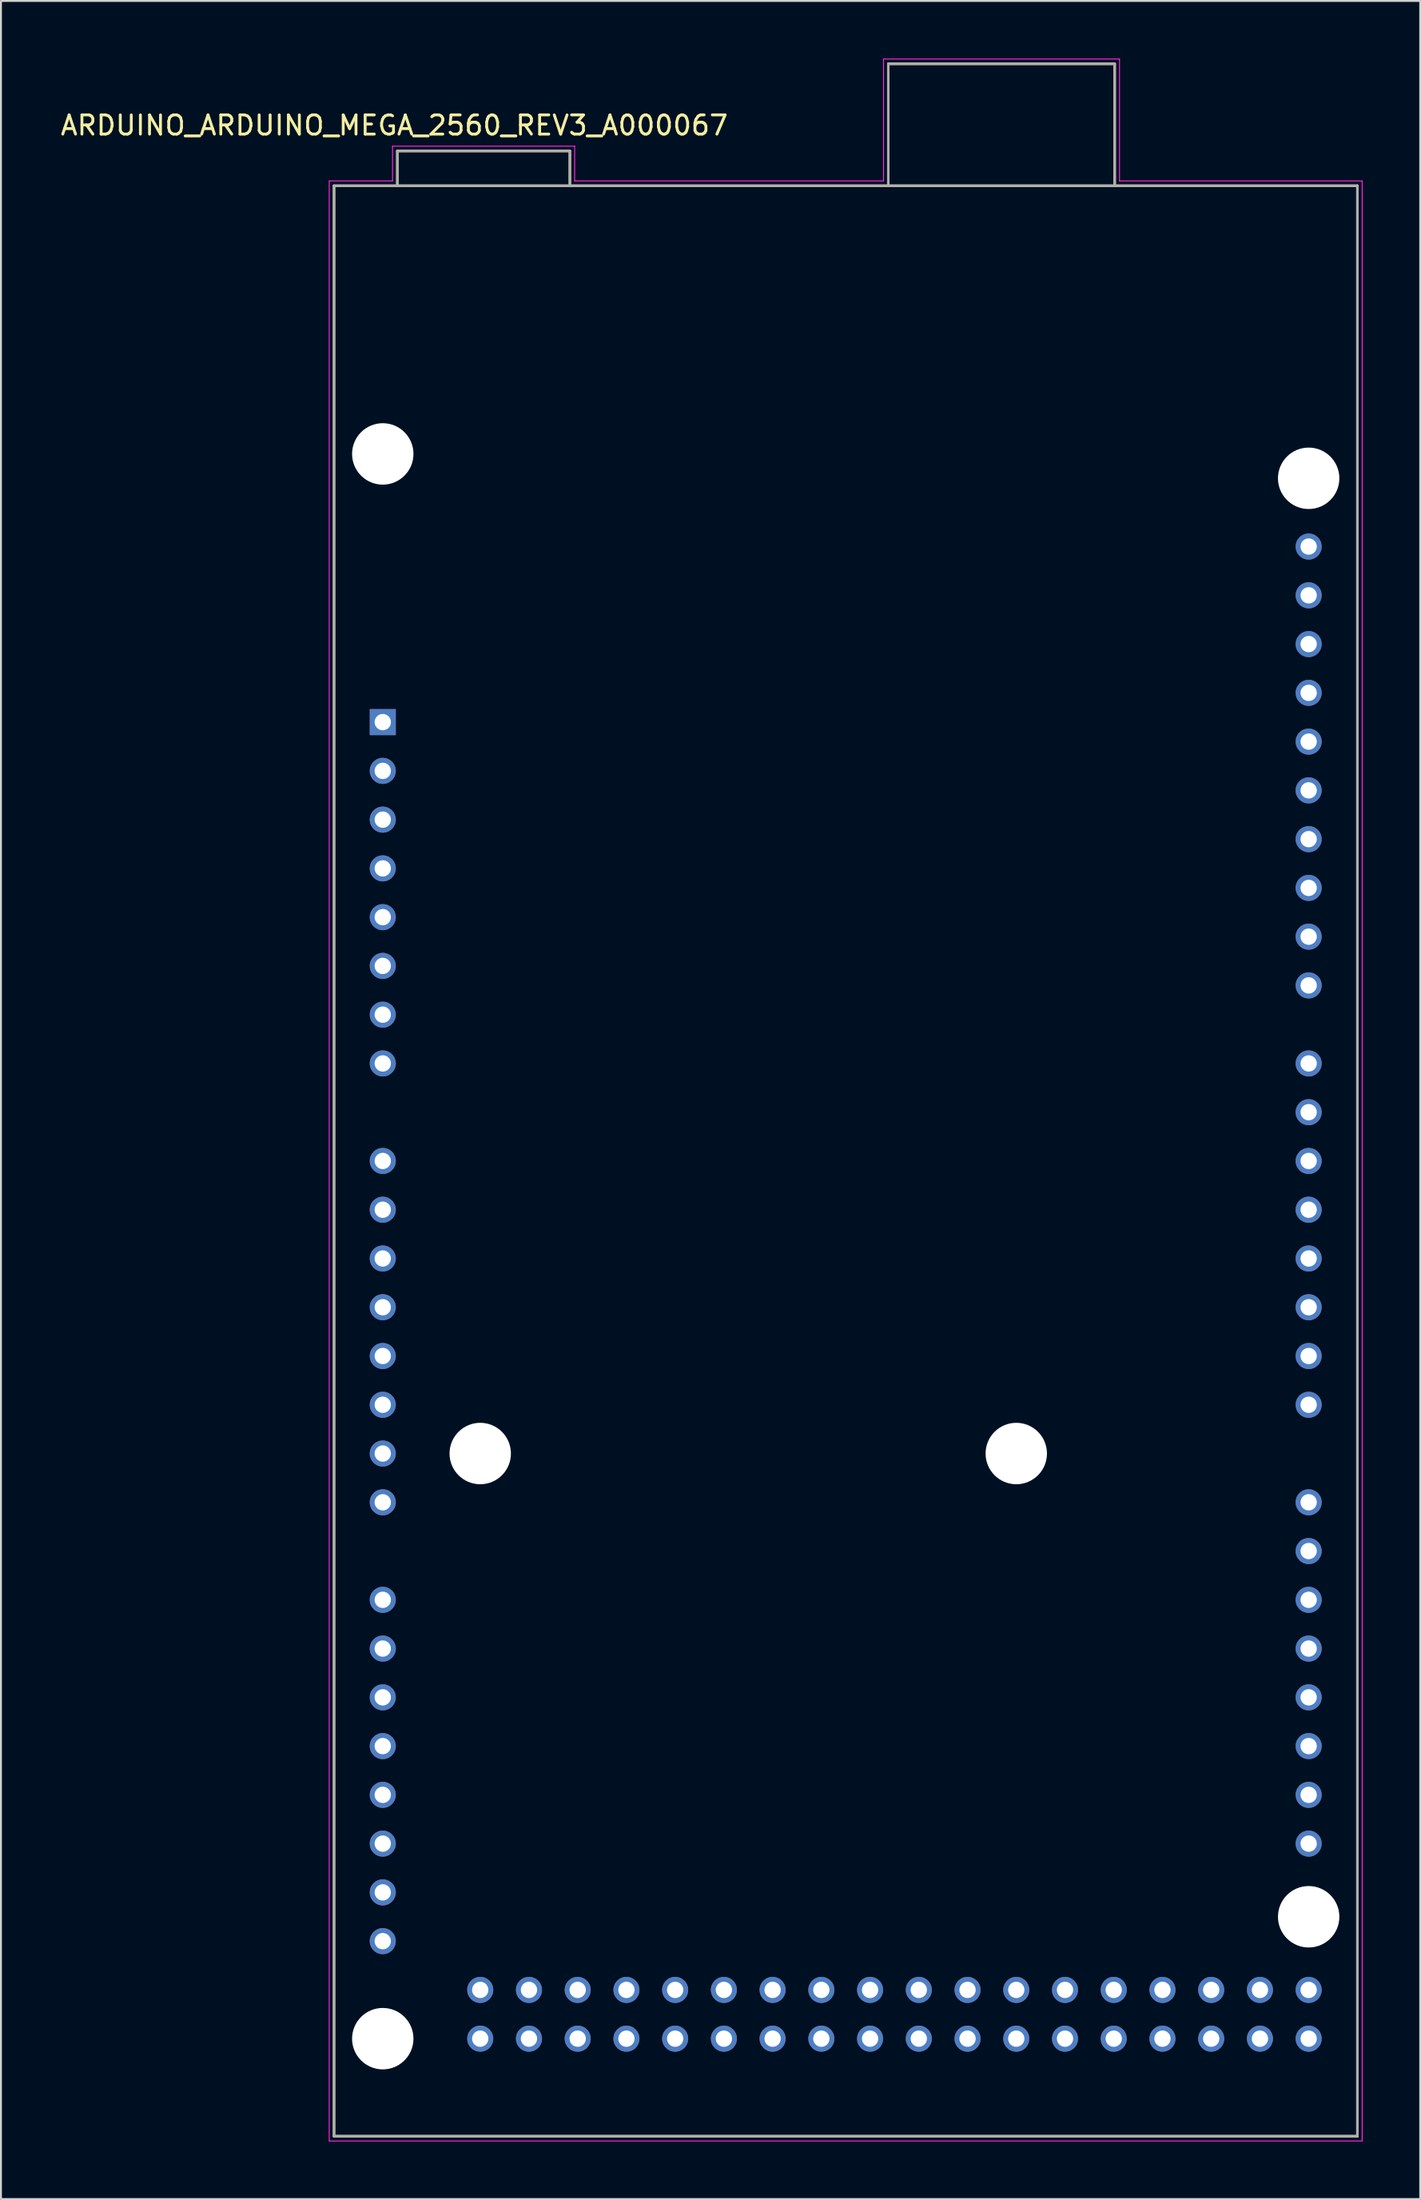
<source format=kicad_pcb>
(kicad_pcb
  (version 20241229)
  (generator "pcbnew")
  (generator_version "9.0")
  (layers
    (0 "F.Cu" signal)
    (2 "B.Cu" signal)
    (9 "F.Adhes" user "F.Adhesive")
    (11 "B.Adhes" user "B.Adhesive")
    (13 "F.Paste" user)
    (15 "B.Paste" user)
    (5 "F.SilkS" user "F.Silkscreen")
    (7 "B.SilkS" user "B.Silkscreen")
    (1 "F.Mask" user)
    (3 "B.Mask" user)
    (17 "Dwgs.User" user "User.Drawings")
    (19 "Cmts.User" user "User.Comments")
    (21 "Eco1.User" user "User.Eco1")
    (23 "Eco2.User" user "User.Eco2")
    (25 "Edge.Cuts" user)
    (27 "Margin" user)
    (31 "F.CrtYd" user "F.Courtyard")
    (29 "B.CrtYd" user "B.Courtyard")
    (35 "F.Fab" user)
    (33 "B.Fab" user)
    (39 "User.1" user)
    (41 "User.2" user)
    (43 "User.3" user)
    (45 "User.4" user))
  (footprint "ARDUINO_ARDUINO_MEGA_2560_REV3_A000067"
    (layer "F.Cu")
    (at 41.031 57.425)
    (property "Reference" "ARDUINO_ARDUINO_MEGA_2560_REV3_A000067" (at -23.525 -53.945 0) (layer "F.SilkS") (effects (font (size 1 1) (thickness 0.15))))
    (attr through_hole)
    (fp_line (start -26.67 -50.8) (end -23.37 -50.8) (stroke (width 0.127) (type solid)) (layer "F.SilkS"))
    (fp_line (start -26.67 50.8) (end -26.67 -50.8) (stroke (width 0.127) (type solid)) (layer "F.SilkS"))
    (fp_line (start -23.37 -52.61) (end -14.378 -52.61) (stroke (width 0.127) (type solid)) (layer "F.SilkS"))
    (fp_line (start -23.37 -50.8) (end -23.37 -52.61) (stroke (width 0.127) (type solid)) (layer "F.SilkS"))
    (fp_line (start -23.37 -50.8) (end -14.378 -50.8) (stroke (width 0.127) (type solid)) (layer "F.SilkS"))
    (fp_line (start -14.378 -52.61) (end -14.378 -50.8) (stroke (width 0.127) (type solid)) (layer "F.SilkS"))
    (fp_line (start -14.378 -50.8) (end 2.22 -50.8) (stroke (width 0.127) (type solid)) (layer "F.SilkS"))
    (fp_line (start 2.22 -57.15) (end 2.22 -50.8) (stroke (width 0.127) (type solid)) (layer "F.SilkS"))
    (fp_line (start 2.22 -50.8) (end 14.02 -50.8) (stroke (width 0.127) (type solid)) (layer "F.SilkS"))
    (fp_line (start 14.02 -57.15) (end 2.22 -57.15) (stroke (width 0.127) (type solid)) (layer "F.SilkS"))
    (fp_line (start 14.02 -50.8) (end 14.02 -57.15) (stroke (width 0.127) (type solid)) (layer "F.SilkS"))
    (fp_line (start 14.02 -50.8) (end 26.67 -50.8) (stroke (width 0.127) (type solid)) (layer "F.SilkS"))
    (fp_line (start 26.67 -50.8) (end 26.67 50.8) (stroke (width 0.127) (type solid)) (layer "F.SilkS"))
    (fp_line (start 26.67 50.8) (end -26.67 50.8) (stroke (width 0.127) (type solid)) (layer "F.SilkS"))
    (fp_line (start -26.92 -51.05) (end -23.62 -51.05) (stroke (width 0.05) (type solid)) (layer "F.CrtYd"))
    (fp_line (start -26.92 51.05) (end -26.92 -51.05) (stroke (width 0.05) (type solid)) (layer "F.CrtYd"))
    (fp_line (start -23.62 -52.86) (end -14.128 -52.86) (stroke (width 0.05) (type solid)) (layer "F.CrtYd"))
    (fp_line (start -23.62 -51.05) (end -23.62 -52.86) (stroke (width 0.05) (type solid)) (layer "F.CrtYd"))
    (fp_line (start -14.128 -52.86) (end -14.128 -51.05) (stroke (width 0.05) (type solid)) (layer "F.CrtYd"))
    (fp_line (start -14.128 -51.05) (end 1.97 -51.05) (stroke (width 0.05) (type solid)) (layer "F.CrtYd"))
    (fp_line (start 1.97 -57.4) (end 14.27 -57.4) (stroke (width 0.05) (type solid)) (layer "F.CrtYd"))
    (fp_line (start 1.97 -51.05) (end 1.97 -57.4) (stroke (width 0.05) (type solid)) (layer "F.CrtYd"))
    (fp_line (start 14.27 -57.4) (end 14.27 -51.05) (stroke (width 0.05) (type solid)) (layer "F.CrtYd"))
    (fp_line (start 14.27 -51.05) (end 26.92 -51.05) (stroke (width 0.05) (type solid)) (layer "F.CrtYd"))
    (fp_line (start 26.92 -51.05) (end 26.92 51.05) (stroke (width 0.05) (type solid)) (layer "F.CrtYd"))
    (fp_line (start 26.92 51.05) (end -26.92 51.05) (stroke (width 0.05) (type solid)) (layer "F.CrtYd"))
    (fp_line (start -26.67 -50.8) (end -23.37 -50.8) (stroke (width 0.127) (type solid)) (layer "F.Fab"))
    (fp_line (start -26.67 50.8) (end -26.67 -50.8) (stroke (width 0.127) (type solid)) (layer "F.Fab"))
    (fp_line (start -23.37 -52.61) (end -14.378 -52.61) (stroke (width 0.127) (type solid)) (layer "F.Fab"))
    (fp_line (start -23.37 -50.8) (end -23.37 -52.61) (stroke (width 0.127) (type solid)) (layer "F.Fab"))
    (fp_line (start -23.37 -50.8) (end -14.378 -50.8) (stroke (width 0.127) (type solid)) (layer "F.Fab"))
    (fp_line (start -14.378 -52.61) (end -14.378 -50.8) (stroke (width 0.127) (type solid)) (layer "F.Fab"))
    (fp_line (start -14.378 -50.8) (end 2.22 -50.8) (stroke (width 0.127) (type solid)) (layer "F.Fab"))
    (fp_line (start 2.22 -57.15) (end 2.22 -50.8) (stroke (width 0.127) (type solid)) (layer "F.Fab"))
    (fp_line (start 2.22 -50.8) (end 14.02 -50.8) (stroke (width 0.127) (type solid)) (layer "F.Fab"))
    (fp_line (start 14.02 -57.15) (end 2.22 -57.15) (stroke (width 0.127) (type solid)) (layer "F.Fab"))
    (fp_line (start 14.02 -50.8) (end 14.02 -57.15) (stroke (width 0.127) (type solid)) (layer "F.Fab"))
    (fp_line (start 14.02 -50.8) (end 26.67 -50.8) (stroke (width 0.127) (type solid)) (layer "F.Fab"))
    (fp_line (start 26.67 -50.8) (end 26.67 50.8) (stroke (width 0.127) (type solid)) (layer "F.Fab"))
    (fp_line (start 26.67 50.8) (end -26.67 50.8) (stroke (width 0.127) (type solid)) (layer "F.Fab"))
    (pad "" np_thru_hole circle (at -24.13 -36.83) (size 3.2 3.2) (drill 3.2) (layers "*.Cu" "*.Mask"))
    (pad "" np_thru_hole circle (at -24.13 45.72) (size 3.2 3.2) (drill 3.2) (layers "*.Cu" "*.Mask"))
    (pad "" np_thru_hole circle (at -19.05 15.24) (size 3.2 3.2) (drill 3.2) (layers "*.Cu" "*.Mask"))
    (pad "" np_thru_hole circle (at 8.89 15.24) (size 3.2 3.2) (drill 3.2) (layers "*.Cu" "*.Mask"))
    (pad "" np_thru_hole circle (at 24.13 -35.56) (size 3.2 3.2) (drill 3.2) (layers "*.Cu" "*.Mask"))
    (pad "" np_thru_hole circle (at 24.13 39.37) (size 3.2 3.2) (drill 3.2) (layers "*.Cu" "*.Mask"))
    (pad "0" thru_hole circle (at 24.13 12.7) (size 1.358 1.358) (drill 0.85) (layers "*.Cu" "*.Mask"))
    (pad "1" thru_hole circle (at 24.13 10.16) (size 1.358 1.358) (drill 0.85) (layers "*.Cu" "*.Mask"))
    (pad "2" thru_hole circle (at 24.13 7.62) (size 1.358 1.358) (drill 0.85) (layers "*.Cu" "*.Mask"))
    (pad "3" thru_hole circle (at 24.13 5.08) (size 1.358 1.358) (drill 0.85) (layers "*.Cu" "*.Mask"))
    (pad "3V3" thru_hole circle (at -24.13 -15.24) (size 1.358 1.358) (drill 0.85) (layers "*.Cu" "*.Mask"))
    (pad "4" thru_hole circle (at 24.13 2.54) (size 1.358 1.358) (drill 0.85) (layers "*.Cu" "*.Mask"))
    (pad "5" thru_hole circle (at 24.13 0) (size 1.358 1.358) (drill 0.85) (layers "*.Cu" "*.Mask"))
    (pad "5V_1" thru_hole circle (at -24.13 -12.7) (size 1.358 1.358) (drill 0.85) (layers "*.Cu" "*.Mask"))
    (pad "5V_2" thru_hole circle (at 24.13 43.18) (size 1.358 1.358) (drill 0.85) (layers "*.Cu" "*.Mask"))
    (pad "5V_3" thru_hole circle (at 24.13 45.72) (size 1.358 1.358) (drill 0.85) (layers "*.Cu" "*.Mask"))
    (pad "6" thru_hole circle (at 24.13 -2.54) (size 1.358 1.358) (drill 0.85) (layers "*.Cu" "*.Mask"))
    (pad "7" thru_hole circle (at 24.13 -5.08) (size 1.358 1.358) (drill 0.85) (layers "*.Cu" "*.Mask"))
    (pad "8" thru_hole circle (at 24.13 -9.144) (size 1.358 1.358) (drill 0.85) (layers "*.Cu" "*.Mask"))
    (pad "9" thru_hole circle (at 24.13 -11.684) (size 1.358 1.358) (drill 0.85) (layers "*.Cu" "*.Mask"))
    (pad "10" thru_hole circle (at 24.13 -14.224) (size 1.358 1.358) (drill 0.85) (layers "*.Cu" "*.Mask"))
    (pad "11" thru_hole circle (at 24.13 -16.764) (size 1.358 1.358) (drill 0.85) (layers "*.Cu" "*.Mask"))
    (pad "12" thru_hole circle (at 24.13 -19.304) (size 1.358 1.358) (drill 0.85) (layers "*.Cu" "*.Mask"))
    (pad "13" thru_hole circle (at 24.13 -21.844) (size 1.358 1.358) (drill 0.85) (layers "*.Cu" "*.Mask"))
    (pad "14" thru_hole circle (at 24.13 17.78) (size 1.358 1.358) (drill 0.85) (layers "*.Cu" "*.Mask"))
    (pad "15" thru_hole circle (at 24.13 20.32) (size 1.358 1.358) (drill 0.85) (layers "*.Cu" "*.Mask"))
    (pad "16" thru_hole circle (at 24.13 22.86) (size 1.358 1.358) (drill 0.85) (layers "*.Cu" "*.Mask"))
    (pad "17" thru_hole circle (at 24.13 25.4) (size 1.358 1.358) (drill 0.85) (layers "*.Cu" "*.Mask"))
    (pad "18" thru_hole circle (at 24.13 27.94) (size 1.358 1.358) (drill 0.85) (layers "*.Cu" "*.Mask"))
    (pad "19" thru_hole circle (at 24.13 30.48) (size 1.358 1.358) (drill 0.85) (layers "*.Cu" "*.Mask"))
    (pad "20" thru_hole circle (at 24.13 33.02) (size 1.358 1.358) (drill 0.85) (layers "*.Cu" "*.Mask"))
    (pad "21" thru_hole circle (at 24.13 35.56) (size 1.358 1.358) (drill 0.85) (layers "*.Cu" "*.Mask"))
    (pad "22" thru_hole circle (at 21.59 43.18) (size 1.358 1.358) (drill 0.85) (layers "*.Cu" "*.Mask"))
    (pad "23" thru_hole circle (at 21.59 45.72) (size 1.358 1.358) (drill 0.85) (layers "*.Cu" "*.Mask"))
    (pad "24" thru_hole circle (at 19.05 43.18) (size 1.358 1.358) (drill 0.85) (layers "*.Cu" "*.Mask"))
    (pad "25" thru_hole circle (at 19.05 45.72) (size 1.358 1.358) (drill 0.85) (layers "*.Cu" "*.Mask"))
    (pad "26" thru_hole circle (at 16.51 43.18) (size 1.358 1.358) (drill 0.85) (layers "*.Cu" "*.Mask"))
    (pad "27" thru_hole circle (at 16.51 45.72) (size 1.358 1.358) (drill 0.85) (layers "*.Cu" "*.Mask"))
    (pad "28" thru_hole circle (at 13.97 43.18) (size 1.358 1.358) (drill 0.85) (layers "*.Cu" "*.Mask"))
    (pad "29" thru_hole circle (at 13.97 45.72) (size 1.358 1.358) (drill 0.85) (layers "*.Cu" "*.Mask"))
    (pad "30" thru_hole circle (at 11.43 43.18) (size 1.358 1.358) (drill 0.85) (layers "*.Cu" "*.Mask"))
    (pad "31" thru_hole circle (at 11.43 45.72) (size 1.358 1.358) (drill 0.85) (layers "*.Cu" "*.Mask"))
    (pad "32" thru_hole circle (at 8.89 43.18) (size 1.358 1.358) (drill 0.85) (layers "*.Cu" "*.Mask"))
    (pad "33" thru_hole circle (at 8.89 45.72) (size 1.358 1.358) (drill 0.85) (layers "*.Cu" "*.Mask"))
    (pad "34" thru_hole circle (at 6.35 43.18) (size 1.358 1.358) (drill 0.85) (layers "*.Cu" "*.Mask"))
    (pad "35" thru_hole circle (at 6.35 45.72) (size 1.358 1.358) (drill 0.85) (layers "*.Cu" "*.Mask"))
    (pad "36" thru_hole circle (at 3.81 43.18) (size 1.358 1.358) (drill 0.85) (layers "*.Cu" "*.Mask"))
    (pad "37" thru_hole circle (at 3.81 45.72) (size 1.358 1.358) (drill 0.85) (layers "*.Cu" "*.Mask"))
    (pad "38" thru_hole circle (at 1.27 43.18) (size 1.358 1.358) (drill 0.85) (layers "*.Cu" "*.Mask"))
    (pad "39" thru_hole circle (at 1.27 45.72) (size 1.358 1.358) (drill 0.85) (layers "*.Cu" "*.Mask"))
    (pad "40" thru_hole circle (at -1.27 43.18) (size 1.358 1.358) (drill 0.85) (layers "*.Cu" "*.Mask"))
    (pad "41" thru_hole circle (at -1.27 45.72) (size 1.358 1.358) (drill 0.85) (layers "*.Cu" "*.Mask"))
    (pad "42" thru_hole circle (at -3.81 43.18) (size 1.358 1.358) (drill 0.85) (layers "*.Cu" "*.Mask"))
    (pad "43" thru_hole circle (at -3.81 45.72) (size 1.358 1.358) (drill 0.85) (layers "*.Cu" "*.Mask"))
    (pad "44" thru_hole circle (at -6.35 43.18) (size 1.358 1.358) (drill 0.85) (layers "*.Cu" "*.Mask"))
    (pad "45" thru_hole circle (at -6.35 45.72) (size 1.358 1.358) (drill 0.85) (layers "*.Cu" "*.Mask"))
    (pad "46" thru_hole circle (at -8.89 43.18) (size 1.358 1.358) (drill 0.85) (layers "*.Cu" "*.Mask"))
    (pad "47" thru_hole circle (at -8.89 45.72) (size 1.358 1.358) (drill 0.85) (layers "*.Cu" "*.Mask"))
    (pad "48" thru_hole circle (at -11.43 43.18) (size 1.358 1.358) (drill 0.85) (layers "*.Cu" "*.Mask"))
    (pad "49" thru_hole circle (at -11.43 45.72) (size 1.358 1.358) (drill 0.85) (layers "*.Cu" "*.Mask"))
    (pad "50" thru_hole circle (at -13.97 43.18) (size 1.358 1.358) (drill 0.85) (layers "*.Cu" "*.Mask"))
    (pad "51" thru_hole circle (at -13.97 45.72) (size 1.358 1.358) (drill 0.85) (layers "*.Cu" "*.Mask"))
    (pad "52" thru_hole circle (at -16.51 43.18) (size 1.358 1.358) (drill 0.85) (layers "*.Cu" "*.Mask"))
    (pad "53" thru_hole circle (at -16.51 45.72) (size 1.358 1.358) (drill 0.85) (layers "*.Cu" "*.Mask"))
    (pad "AD0" thru_hole circle (at -24.13 0) (size 1.358 1.358) (drill 0.85) (layers "*.Cu" "*.Mask"))
    (pad "AD1" thru_hole circle (at -24.13 2.54) (size 1.358 1.358) (drill 0.85) (layers "*.Cu" "*.Mask"))
    (pad "AD2" thru_hole circle (at -24.13 5.08) (size 1.358 1.358) (drill 0.85) (layers "*.Cu" "*.Mask"))
    (pad "AD3" thru_hole circle (at -24.13 7.62) (size 1.358 1.358) (drill 0.85) (layers "*.Cu" "*.Mask"))
    (pad "AD4" thru_hole circle (at -24.13 10.16) (size 1.358 1.358) (drill 0.85) (layers "*.Cu" "*.Mask"))
    (pad "AD5" thru_hole circle (at -24.13 12.7) (size 1.358 1.358) (drill 0.85) (layers "*.Cu" "*.Mask"))
    (pad "AD6" thru_hole circle (at -24.13 15.24) (size 1.358 1.358) (drill 0.85) (layers "*.Cu" "*.Mask"))
    (pad "AD7" thru_hole circle (at -24.13 17.78) (size 1.358 1.358) (drill 0.85) (layers "*.Cu" "*.Mask"))
    (pad "AD8" thru_hole circle (at -24.13 22.86) (size 1.358 1.358) (drill 0.85) (layers "*.Cu" "*.Mask"))
    (pad "AD9" thru_hole circle (at -24.13 25.4) (size 1.358 1.358) (drill 0.85) (layers "*.Cu" "*.Mask"))
    (pad "AD10" thru_hole circle (at -24.13 27.94) (size 1.358 1.358) (drill 0.85) (layers "*.Cu" "*.Mask"))
    (pad "AD11" thru_hole circle (at -24.13 30.48) (size 1.358 1.358) (drill 0.85) (layers "*.Cu" "*.Mask"))
    (pad "AD12" thru_hole circle (at -24.13 33.02) (size 1.358 1.358) (drill 0.85) (layers "*.Cu" "*.Mask"))
    (pad "AD13" thru_hole circle (at -24.13 35.56) (size 1.358 1.358) (drill 0.85) (layers "*.Cu" "*.Mask"))
    (pad "AD14" thru_hole circle (at -24.13 38.1) (size 1.358 1.358) (drill 0.85) (layers "*.Cu" "*.Mask"))
    (pad "AD15" thru_hole circle (at -24.13 40.64) (size 1.358 1.358) (drill 0.85) (layers "*.Cu" "*.Mask"))
    (pad "AREF" thru_hole circle (at 24.13 -26.924) (size 1.358 1.358) (drill 0.85) (layers "*.Cu" "*.Mask"))
    (pad "GND1" thru_hole circle (at -24.13 -10.16) (size 1.358 1.358) (drill 0.85) (layers "*.Cu" "*.Mask"))
    (pad "GND2" thru_hole circle (at -24.13 -7.62) (size 1.358 1.358) (drill 0.85) (layers "*.Cu" "*.Mask"))
    (pad "GND3" thru_hole circle (at 24.13 -24.384) (size 1.358 1.358) (drill 0.85) (layers "*.Cu" "*.Mask"))
    (pad "GND4" thru_hole circle (at -19.05 43.18) (size 1.358 1.358) (drill 0.85) (layers "*.Cu" "*.Mask"))
    (pad "GND5" thru_hole circle (at -19.05 45.72) (size 1.358 1.358) (drill 0.85) (layers "*.Cu" "*.Mask"))
    (pad "IOREF" thru_hole circle (at -24.13 -20.32) (size 1.358 1.358) (drill 0.85) (layers "*.Cu" "*.Mask"))
    (pad "NC" thru_hole rect (at -24.13 -22.86) (size 1.358 1.358) (drill 0.85) (layers "*.Cu" "*.Mask"))
    (pad "RESET" thru_hole circle (at -24.13 -17.78) (size 1.358 1.358) (drill 0.85) (layers "*.Cu" "*.Mask"))
    (pad "SCL" thru_hole circle (at 24.13 -32.004) (size 1.358 1.358) (drill 0.85) (layers "*.Cu" "*.Mask"))
    (pad "SDA" thru_hole circle (at 24.13 -29.464) (size 1.358 1.358) (drill 0.85) (layers "*.Cu" "*.Mask"))
    (pad "VIN" thru_hole circle (at -24.13 -5.08) (size 1.358 1.358) (drill 0.85) (layers "*.Cu" "*.Mask")))
  (gr_rect
    (start -3 -3)
    (end 70.976 111.5)
    (stroke (width 0.1) (type default))
    (fill no)
    (layer "Edge.Cuts")))
</source>
